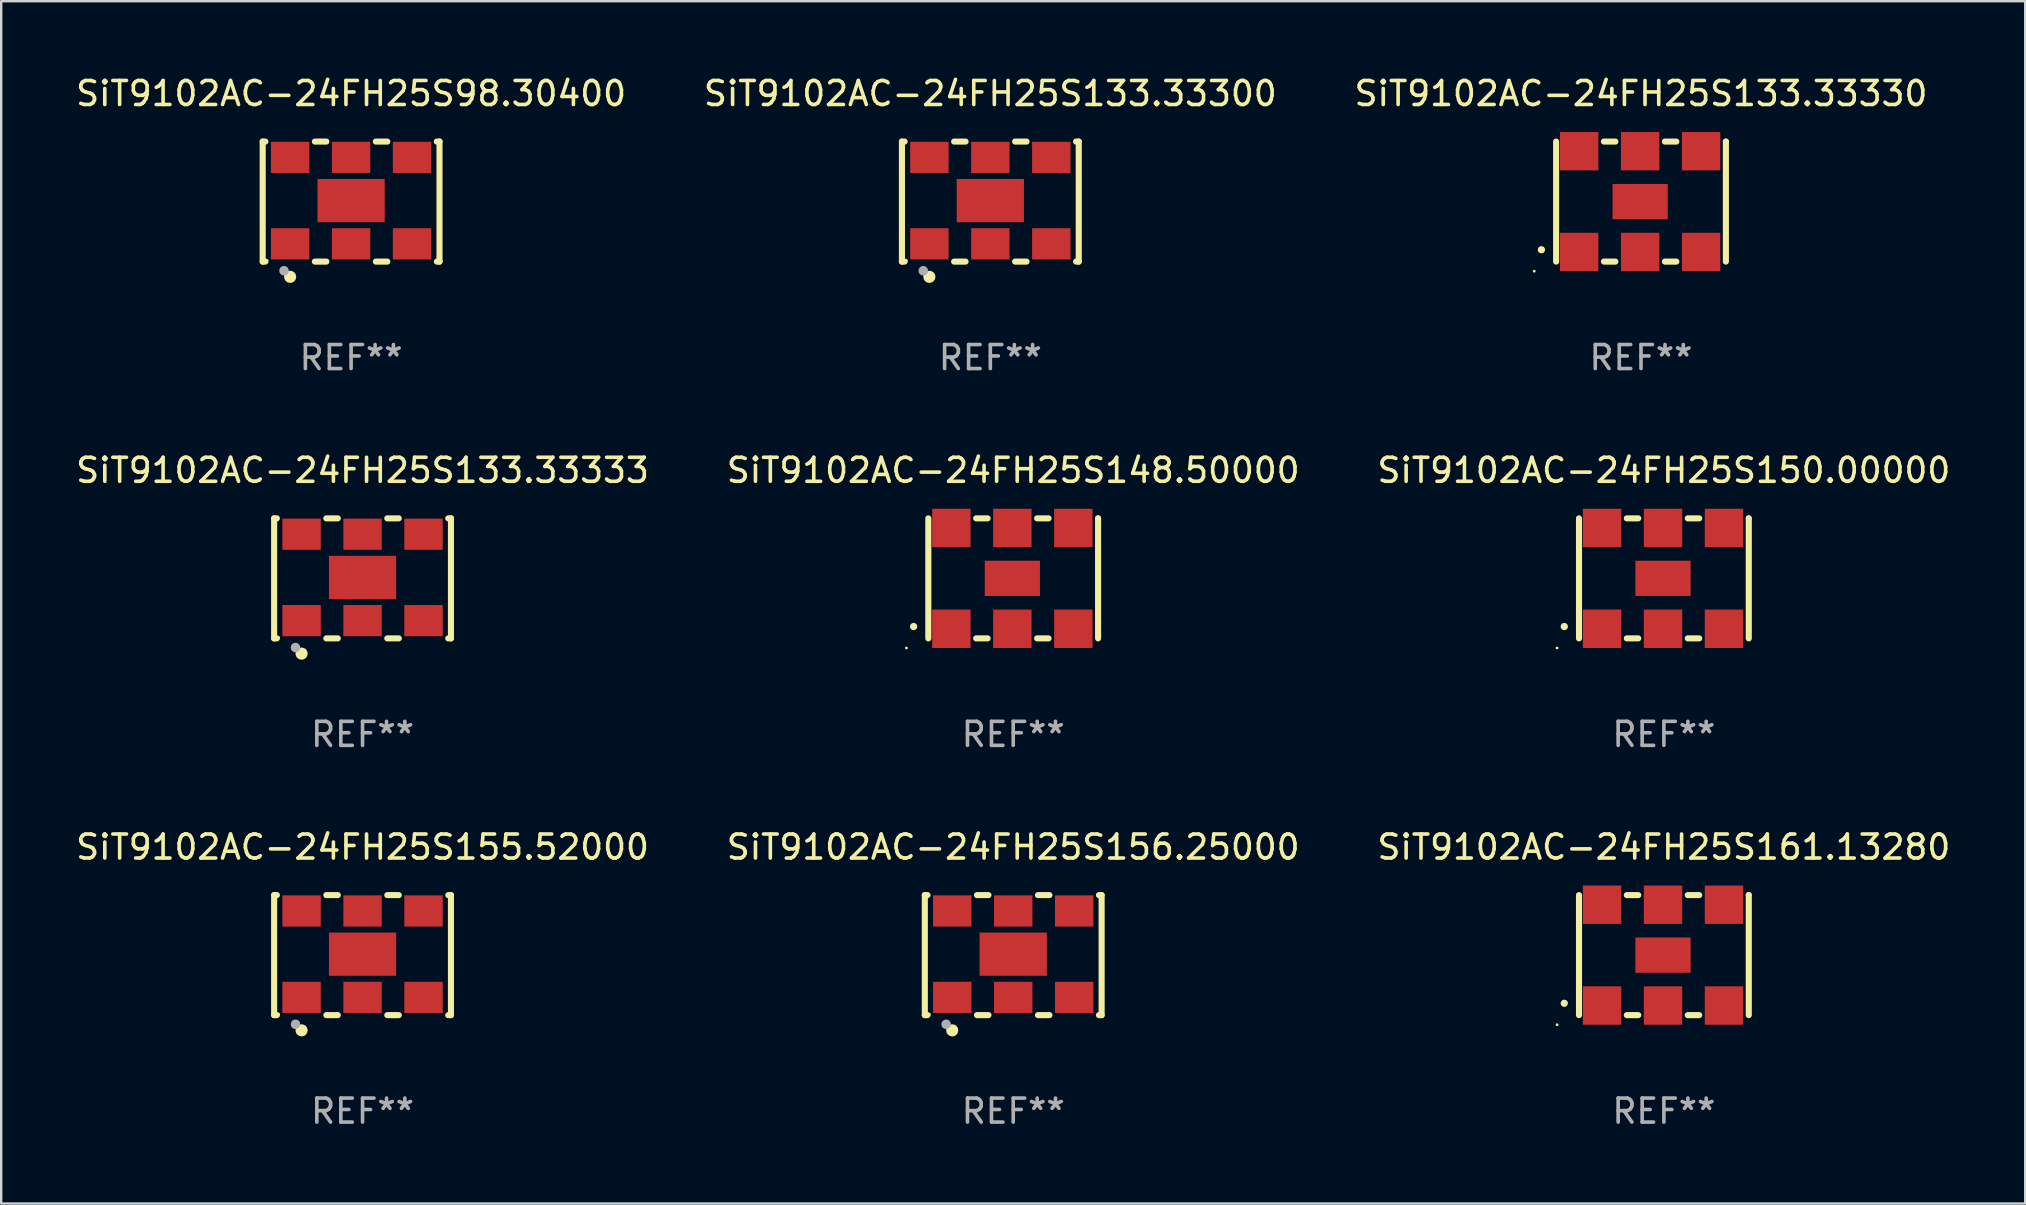
<source format=kicad_pcb>
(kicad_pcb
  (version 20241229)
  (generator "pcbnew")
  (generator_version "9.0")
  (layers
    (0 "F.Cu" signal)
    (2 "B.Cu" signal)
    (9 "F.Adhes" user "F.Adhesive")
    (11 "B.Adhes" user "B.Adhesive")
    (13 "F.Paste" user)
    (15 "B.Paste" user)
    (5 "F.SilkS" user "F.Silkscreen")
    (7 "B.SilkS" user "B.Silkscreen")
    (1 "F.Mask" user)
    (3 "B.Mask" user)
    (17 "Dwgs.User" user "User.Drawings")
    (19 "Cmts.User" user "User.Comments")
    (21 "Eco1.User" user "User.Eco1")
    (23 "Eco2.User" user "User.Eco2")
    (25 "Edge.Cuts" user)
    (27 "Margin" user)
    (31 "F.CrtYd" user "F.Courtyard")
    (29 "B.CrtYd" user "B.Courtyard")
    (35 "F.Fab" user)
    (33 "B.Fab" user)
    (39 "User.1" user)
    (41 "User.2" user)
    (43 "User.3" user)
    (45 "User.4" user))
  (footprint "SiT9102AC-24FH25S133.33333"
    (layer "F.Cu")
    (at 12.054 21.045)
    (property "Reference" "SiT9102AC-24FH25S133.33333" (at 0 -4.5 0) (layer "F.SilkS") (effects (font (size 1 1) (thickness 0.15))))
    (attr through_hole)
    (fp_line (start -3.683 -2.5) (end -3.571 -2.5) (stroke (width 0.254) (type solid)) (layer "F.SilkS"))
    (fp_line (start -3.683 2.5) (end -3.683 -2.5) (stroke (width 0.254) (type solid)) (layer "F.SilkS"))
    (fp_line (start -3.683 2.5) (end -3.571 2.5) (stroke (width 0.254) (type solid)) (layer "F.SilkS"))
    (fp_line (start -1.509 -2.5) (end -1.031 -2.5) (stroke (width 0.254) (type solid)) (layer "F.SilkS"))
    (fp_line (start -1.509 2.5) (end -1.031 2.5) (stroke (width 0.254) (type solid)) (layer "F.SilkS"))
    (fp_line (start 1.031 -2.5) (end 1.509 -2.5) (stroke (width 0.254) (type solid)) (layer "F.SilkS"))
    (fp_line (start 1.031 2.5) (end 1.509 2.5) (stroke (width 0.254) (type solid)) (layer "F.SilkS"))
    (fp_line (start 3.571 -2.5) (end 3.683 -2.5) (stroke (width 0.254) (type solid)) (layer "F.SilkS"))
    (fp_line (start 3.571 2.5) (end 3.683 2.5) (stroke (width 0.254) (type solid)) (layer "F.SilkS"))
    (fp_line (start 3.683 2.5) (end 3.683 -2.5) (stroke (width 0.254) (type solid)) (layer "F.SilkS"))
    (fp_circle (center -3.5 2.46) (end -3.47 2.46) (stroke (width 0.06) (type solid)) (fill no) (layer "F.SilkS"))
    (fp_circle (center -2.54 3.135) (end -2.413 3.135) (stroke (width 0.254) (type solid)) (fill no) (layer "F.SilkS"))
    (fp_circle (center -2.794 2.881) (end -2.694 2.881) (stroke (width 0.2) (type solid)) (fill no) (layer "F.Fab"))
    (fp_text user "REF**" (at 0 6.5 0) (layer "F.Fab") (effects (font (size 1 1) (thickness 0.15))))
    (pad "1" smd rect (at -2.54 1.76) (size 1.6 1.3) (layers "F.Cu" "F.Mask" "F.Paste"))
    (pad "2" smd rect (at 0 1.76) (size 1.6 1.3) (layers "F.Cu" "F.Mask" "F.Paste"))
    (pad "3" smd rect (at 2.54 1.76) (size 1.6 1.3) (layers "F.Cu" "F.Mask" "F.Paste"))
    (pad "4" smd rect (at 2.54 -1.84) (size 1.6 1.3) (layers "F.Cu" "F.Mask" "F.Paste"))
    (pad "5" smd rect (at 0 -1.84) (size 1.6 1.3) (layers "F.Cu" "F.Mask" "F.Paste"))
    (pad "6" smd rect (at -2.54 -1.84) (size 1.6 1.3) (layers "F.Cu" "F.Mask" "F.Paste"))
    (pad "7" smd rect (at 0 -0.04) (size 2.8 1.8) (layers "F.Cu" "F.Mask" "F.Paste")))
  (footprint "SiT9102AC-24FH25S133.33330"
    (layer "F.Cu")
    (at 65.315 5.348)
    (property "Reference" "SiT9102AC-24FH25S133.33330" (at 0 -4.5 0) (layer "F.SilkS") (effects (font (size 1 1) (thickness 0.15))))
    (attr through_hole)
    (fp_line (start -3.536 -2.5) (end -3.536 2.5) (stroke (width 0.254) (type solid)) (layer "F.SilkS"))
    (fp_line (start -1.544 2.5) (end -1.067 2.5) (stroke (width 0.254) (type solid)) (layer "F.SilkS"))
    (fp_line (start -1.067 -2.5) (end -1.544 -2.5) (stroke (width 0.254) (type solid)) (layer "F.SilkS"))
    (fp_line (start 0.996 2.5) (end 1.473 2.5) (stroke (width 0.254) (type solid)) (layer "F.SilkS"))
    (fp_line (start 1.473 -2.5) (end 0.996 -2.5) (stroke (width 0.254) (type solid)) (layer "F.SilkS"))
    (fp_line (start 3.536 -2.5) (end 3.536 -2.5) (stroke (width 0.254) (type solid)) (layer "F.SilkS"))
    (fp_line (start 3.536 2.5) (end 3.536 -2.5) (stroke (width 0.254) (type solid)) (layer "F.SilkS"))
    (fp_arc (start -4.150432 2.006604) (mid -4.149162 2.006599) (end -4.147892 2.006604) (stroke (width 0.3) (type solid)) (layer "F.SilkS"))
    (fp_circle (center -4.449 2.9) (end -4.419 2.9) (stroke (width 0.06) (type solid)) (fill no) (layer "F.SilkS"))
    (fp_text user "REF**" (at 0 6.5 0) (layer "F.Fab") (effects (font (size 1 1) (thickness 0.15))))
    (pad "1" smd rect (at -2.576 2.1) (size 1.6 1.6) (layers "F.Cu" "F.Mask" "F.Paste"))
    (pad "2" smd rect (at -0.036 2.1) (size 1.6 1.6) (layers "F.Cu" "F.Mask" "F.Paste"))
    (pad "3" smd rect (at 2.504 2.1) (size 1.6 1.6) (layers "F.Cu" "F.Mask" "F.Paste"))
    (pad "4" smd rect (at 2.504 -2.1) (size 1.6 1.6) (layers "F.Cu" "F.Mask" "F.Paste"))
    (pad "5" smd rect (at -0.036 -2.1) (size 1.6 1.6) (layers "F.Cu" "F.Mask" "F.Paste"))
    (pad "6" smd rect (at -2.576 -2.1) (size 1.6 1.6) (layers "F.Cu" "F.Mask" "F.Paste"))
    (pad "7" smd rect (at -0.036 0) (size 2.3 1.47) (layers "F.Cu" "F.Mask" "F.Paste")))
  (footprint "SiT9102AC-24FH25S156.25000"
    (layer "F.Cu")
    (at 39.161 36.741)
    (property "Reference" "SiT9102AC-24FH25S156.25000" (at 0 -4.5 0) (layer "F.SilkS") (effects (font (size 1 1) (thickness 0.15))))
    (attr through_hole)
    (fp_line (start -3.683 -2.5) (end -3.571 -2.5) (stroke (width 0.254) (type solid)) (layer "F.SilkS"))
    (fp_line (start -3.683 2.5) (end -3.683 -2.5) (stroke (width 0.254) (type solid)) (layer "F.SilkS"))
    (fp_line (start -3.683 2.5) (end -3.571 2.5) (stroke (width 0.254) (type solid)) (layer "F.SilkS"))
    (fp_line (start -1.509 -2.5) (end -1.031 -2.5) (stroke (width 0.254) (type solid)) (layer "F.SilkS"))
    (fp_line (start -1.509 2.5) (end -1.031 2.5) (stroke (width 0.254) (type solid)) (layer "F.SilkS"))
    (fp_line (start 1.031 -2.5) (end 1.509 -2.5) (stroke (width 0.254) (type solid)) (layer "F.SilkS"))
    (fp_line (start 1.031 2.5) (end 1.509 2.5) (stroke (width 0.254) (type solid)) (layer "F.SilkS"))
    (fp_line (start 3.571 -2.5) (end 3.683 -2.5) (stroke (width 0.254) (type solid)) (layer "F.SilkS"))
    (fp_line (start 3.571 2.5) (end 3.683 2.5) (stroke (width 0.254) (type solid)) (layer "F.SilkS"))
    (fp_line (start 3.683 2.5) (end 3.683 -2.5) (stroke (width 0.254) (type solid)) (layer "F.SilkS"))
    (fp_circle (center -3.5 2.46) (end -3.47 2.46) (stroke (width 0.06) (type solid)) (fill no) (layer "F.SilkS"))
    (fp_circle (center -2.54 3.135) (end -2.413 3.135) (stroke (width 0.254) (type solid)) (fill no) (layer "F.SilkS"))
    (fp_circle (center -2.794 2.881) (end -2.694 2.881) (stroke (width 0.2) (type solid)) (fill no) (layer "F.Fab"))
    (fp_text user "REF**" (at 0 6.5 0) (layer "F.Fab") (effects (font (size 1 1) (thickness 0.15))))
    (pad "1" smd rect (at -2.54 1.76) (size 1.6 1.3) (layers "F.Cu" "F.Mask" "F.Paste"))
    (pad "2" smd rect (at 0 1.76) (size 1.6 1.3) (layers "F.Cu" "F.Mask" "F.Paste"))
    (pad "3" smd rect (at 2.54 1.76) (size 1.6 1.3) (layers "F.Cu" "F.Mask" "F.Paste"))
    (pad "4" smd rect (at 2.54 -1.84) (size 1.6 1.3) (layers "F.Cu" "F.Mask" "F.Paste"))
    (pad "5" smd rect (at 0 -1.84) (size 1.6 1.3) (layers "F.Cu" "F.Mask" "F.Paste"))
    (pad "6" smd rect (at -2.54 -1.84) (size 1.6 1.3) (layers "F.Cu" "F.Mask" "F.Paste"))
    (pad "7" smd rect (at 0 -0.04) (size 2.8 1.8) (layers "F.Cu" "F.Mask" "F.Paste")))
  (footprint "SiT9102AC-24FH25S161.13280"
    (layer "F.Cu")
    (at 66.268 36.741)
    (property "Reference" "SiT9102AC-24FH25S161.13280" (at 0 -4.5 0) (layer "F.SilkS") (effects (font (size 1 1) (thickness 0.15))))
    (attr through_hole)
    (fp_line (start -3.536 -2.5) (end -3.536 2.5) (stroke (width 0.254) (type solid)) (layer "F.SilkS"))
    (fp_line (start -1.544 2.5) (end -1.067 2.5) (stroke (width 0.254) (type solid)) (layer "F.SilkS"))
    (fp_line (start -1.067 -2.5) (end -1.544 -2.5) (stroke (width 0.254) (type solid)) (layer "F.SilkS"))
    (fp_line (start 0.996 2.5) (end 1.473 2.5) (stroke (width 0.254) (type solid)) (layer "F.SilkS"))
    (fp_line (start 1.473 -2.5) (end 0.996 -2.5) (stroke (width 0.254) (type solid)) (layer "F.SilkS"))
    (fp_line (start 3.536 -2.5) (end 3.536 -2.5) (stroke (width 0.254) (type solid)) (layer "F.SilkS"))
    (fp_line (start 3.536 2.5) (end 3.536 -2.5) (stroke (width 0.254) (type solid)) (layer "F.SilkS"))
    (fp_arc (start -4.150432 2.006604) (mid -4.149162 2.006599) (end -4.147892 2.006604) (stroke (width 0.3) (type solid)) (layer "F.SilkS"))
    (fp_circle (center -4.449 2.9) (end -4.419 2.9) (stroke (width 0.06) (type solid)) (fill no) (layer "F.SilkS"))
    (fp_text user "REF**" (at 0 6.5 0) (layer "F.Fab") (effects (font (size 1 1) (thickness 0.15))))
    (pad "1" smd rect (at -2.576 2.1) (size 1.6 1.6) (layers "F.Cu" "F.Mask" "F.Paste"))
    (pad "2" smd rect (at -0.036 2.1) (size 1.6 1.6) (layers "F.Cu" "F.Mask" "F.Paste"))
    (pad "3" smd rect (at 2.504 2.1) (size 1.6 1.6) (layers "F.Cu" "F.Mask" "F.Paste"))
    (pad "4" smd rect (at 2.504 -2.1) (size 1.6 1.6) (layers "F.Cu" "F.Mask" "F.Paste"))
    (pad "5" smd rect (at -0.036 -2.1) (size 1.6 1.6) (layers "F.Cu" "F.Mask" "F.Paste"))
    (pad "6" smd rect (at -2.576 -2.1) (size 1.6 1.6) (layers "F.Cu" "F.Mask" "F.Paste"))
    (pad "7" smd rect (at -0.036 0) (size 2.3 1.47) (layers "F.Cu" "F.Mask" "F.Paste")))
  (footprint "SiT9102AC-24FH25S133.33300"
    (layer "F.Cu")
    (at 38.208 5.348)
    (property "Reference" "SiT9102AC-24FH25S133.33300" (at 0 -4.5 0) (layer "F.SilkS") (effects (font (size 1 1) (thickness 0.15))))
    (attr through_hole)
    (fp_line (start -3.683 -2.5) (end -3.571 -2.5) (stroke (width 0.254) (type solid)) (layer "F.SilkS"))
    (fp_line (start -3.683 2.5) (end -3.683 -2.5) (stroke (width 0.254) (type solid)) (layer "F.SilkS"))
    (fp_line (start -3.683 2.5) (end -3.571 2.5) (stroke (width 0.254) (type solid)) (layer "F.SilkS"))
    (fp_line (start -1.509 -2.5) (end -1.031 -2.5) (stroke (width 0.254) (type solid)) (layer "F.SilkS"))
    (fp_line (start -1.509 2.5) (end -1.031 2.5) (stroke (width 0.254) (type solid)) (layer "F.SilkS"))
    (fp_line (start 1.031 -2.5) (end 1.509 -2.5) (stroke (width 0.254) (type solid)) (layer "F.SilkS"))
    (fp_line (start 1.031 2.5) (end 1.509 2.5) (stroke (width 0.254) (type solid)) (layer "F.SilkS"))
    (fp_line (start 3.571 -2.5) (end 3.683 -2.5) (stroke (width 0.254) (type solid)) (layer "F.SilkS"))
    (fp_line (start 3.571 2.5) (end 3.683 2.5) (stroke (width 0.254) (type solid)) (layer "F.SilkS"))
    (fp_line (start 3.683 2.5) (end 3.683 -2.5) (stroke (width 0.254) (type solid)) (layer "F.SilkS"))
    (fp_circle (center -3.5 2.46) (end -3.47 2.46) (stroke (width 0.06) (type solid)) (fill no) (layer "F.SilkS"))
    (fp_circle (center -2.54 3.135) (end -2.413 3.135) (stroke (width 0.254) (type solid)) (fill no) (layer "F.SilkS"))
    (fp_circle (center -2.794 2.881) (end -2.694 2.881) (stroke (width 0.2) (type solid)) (fill no) (layer "F.Fab"))
    (fp_text user "REF**" (at 0 6.5 0) (layer "F.Fab") (effects (font (size 1 1) (thickness 0.15))))
    (pad "1" smd rect (at -2.54 1.76) (size 1.6 1.3) (layers "F.Cu" "F.Mask" "F.Paste"))
    (pad "2" smd rect (at 0 1.76) (size 1.6 1.3) (layers "F.Cu" "F.Mask" "F.Paste"))
    (pad "3" smd rect (at 2.54 1.76) (size 1.6 1.3) (layers "F.Cu" "F.Mask" "F.Paste"))
    (pad "4" smd rect (at 2.54 -1.84) (size 1.6 1.3) (layers "F.Cu" "F.Mask" "F.Paste"))
    (pad "5" smd rect (at 0 -1.84) (size 1.6 1.3) (layers "F.Cu" "F.Mask" "F.Paste"))
    (pad "6" smd rect (at -2.54 -1.84) (size 1.6 1.3) (layers "F.Cu" "F.Mask" "F.Paste"))
    (pad "7" smd rect (at 0 -0.04) (size 2.8 1.8) (layers "F.Cu" "F.Mask" "F.Paste")))
  (footprint "SiT9102AC-24FH25S155.52000"
    (layer "F.Cu")
    (at 12.054 36.741)
    (property "Reference" "SiT9102AC-24FH25S155.52000" (at 0 -4.5 0) (layer "F.SilkS") (effects (font (size 1 1) (thickness 0.15))))
    (attr through_hole)
    (fp_line (start -3.683 -2.5) (end -3.571 -2.5) (stroke (width 0.254) (type solid)) (layer "F.SilkS"))
    (fp_line (start -3.683 2.5) (end -3.683 -2.5) (stroke (width 0.254) (type solid)) (layer "F.SilkS"))
    (fp_line (start -3.683 2.5) (end -3.571 2.5) (stroke (width 0.254) (type solid)) (layer "F.SilkS"))
    (fp_line (start -1.509 -2.5) (end -1.031 -2.5) (stroke (width 0.254) (type solid)) (layer "F.SilkS"))
    (fp_line (start -1.509 2.5) (end -1.031 2.5) (stroke (width 0.254) (type solid)) (layer "F.SilkS"))
    (fp_line (start 1.031 -2.5) (end 1.509 -2.5) (stroke (width 0.254) (type solid)) (layer "F.SilkS"))
    (fp_line (start 1.031 2.5) (end 1.509 2.5) (stroke (width 0.254) (type solid)) (layer "F.SilkS"))
    (fp_line (start 3.571 -2.5) (end 3.683 -2.5) (stroke (width 0.254) (type solid)) (layer "F.SilkS"))
    (fp_line (start 3.571 2.5) (end 3.683 2.5) (stroke (width 0.254) (type solid)) (layer "F.SilkS"))
    (fp_line (start 3.683 2.5) (end 3.683 -2.5) (stroke (width 0.254) (type solid)) (layer "F.SilkS"))
    (fp_circle (center -3.5 2.46) (end -3.47 2.46) (stroke (width 0.06) (type solid)) (fill no) (layer "F.SilkS"))
    (fp_circle (center -2.54 3.135) (end -2.413 3.135) (stroke (width 0.254) (type solid)) (fill no) (layer "F.SilkS"))
    (fp_circle (center -2.794 2.881) (end -2.694 2.881) (stroke (width 0.2) (type solid)) (fill no) (layer "F.Fab"))
    (fp_text user "REF**" (at 0 6.5 0) (layer "F.Fab") (effects (font (size 1 1) (thickness 0.15))))
    (pad "1" smd rect (at -2.54 1.76) (size 1.6 1.3) (layers "F.Cu" "F.Mask" "F.Paste"))
    (pad "2" smd rect (at 0 1.76) (size 1.6 1.3) (layers "F.Cu" "F.Mask" "F.Paste"))
    (pad "3" smd rect (at 2.54 1.76) (size 1.6 1.3) (layers "F.Cu" "F.Mask" "F.Paste"))
    (pad "4" smd rect (at 2.54 -1.84) (size 1.6 1.3) (layers "F.Cu" "F.Mask" "F.Paste"))
    (pad "5" smd rect (at 0 -1.84) (size 1.6 1.3) (layers "F.Cu" "F.Mask" "F.Paste"))
    (pad "6" smd rect (at -2.54 -1.84) (size 1.6 1.3) (layers "F.Cu" "F.Mask" "F.Paste"))
    (pad "7" smd rect (at 0 -0.04) (size 2.8 1.8) (layers "F.Cu" "F.Mask" "F.Paste")))
  (footprint "SiT9102AC-24FH25S150.00000"
    (layer "F.Cu")
    (at 66.268 21.045)
    (property "Reference" "SiT9102AC-24FH25S150.00000" (at 0 -4.5 0) (layer "F.SilkS") (effects (font (size 1 1) (thickness 0.15))))
    (attr through_hole)
    (fp_line (start -3.536 -2.5) (end -3.536 2.5) (stroke (width 0.254) (type solid)) (layer "F.SilkS"))
    (fp_line (start -1.544 2.5) (end -1.067 2.5) (stroke (width 0.254) (type solid)) (layer "F.SilkS"))
    (fp_line (start -1.067 -2.5) (end -1.544 -2.5) (stroke (width 0.254) (type solid)) (layer "F.SilkS"))
    (fp_line (start 0.996 2.5) (end 1.473 2.5) (stroke (width 0.254) (type solid)) (layer "F.SilkS"))
    (fp_line (start 1.473 -2.5) (end 0.996 -2.5) (stroke (width 0.254) (type solid)) (layer "F.SilkS"))
    (fp_line (start 3.536 -2.5) (end 3.536 -2.5) (stroke (width 0.254) (type solid)) (layer "F.SilkS"))
    (fp_line (start 3.536 2.5) (end 3.536 -2.5) (stroke (width 0.254) (type solid)) (layer "F.SilkS"))
    (fp_arc (start -4.150432 2.006604) (mid -4.149162 2.006599) (end -4.147892 2.006604) (stroke (width 0.3) (type solid)) (layer "F.SilkS"))
    (fp_circle (center -4.449 2.9) (end -4.419 2.9) (stroke (width 0.06) (type solid)) (fill no) (layer "F.SilkS"))
    (fp_text user "REF**" (at 0 6.5 0) (layer "F.Fab") (effects (font (size 1 1) (thickness 0.15))))
    (pad "1" smd rect (at -2.576 2.1) (size 1.6 1.6) (layers "F.Cu" "F.Mask" "F.Paste"))
    (pad "2" smd rect (at -0.036 2.1) (size 1.6 1.6) (layers "F.Cu" "F.Mask" "F.Paste"))
    (pad "3" smd rect (at 2.504 2.1) (size 1.6 1.6) (layers "F.Cu" "F.Mask" "F.Paste"))
    (pad "4" smd rect (at 2.504 -2.1) (size 1.6 1.6) (layers "F.Cu" "F.Mask" "F.Paste"))
    (pad "5" smd rect (at -0.036 -2.1) (size 1.6 1.6) (layers "F.Cu" "F.Mask" "F.Paste"))
    (pad "6" smd rect (at -2.576 -2.1) (size 1.6 1.6) (layers "F.Cu" "F.Mask" "F.Paste"))
    (pad "7" smd rect (at -0.036 0) (size 2.3 1.47) (layers "F.Cu" "F.Mask" "F.Paste")))
  (footprint "SiT9102AC-24FH25S148.50000"
    (layer "F.Cu")
    (at 39.161 21.045)
    (property "Reference" "SiT9102AC-24FH25S148.50000" (at 0 -4.5 0) (layer "F.SilkS") (effects (font (size 1 1) (thickness 0.15))))
    (attr through_hole)
    (fp_line (start -3.536 -2.5) (end -3.536 2.5) (stroke (width 0.254) (type solid)) (layer "F.SilkS"))
    (fp_line (start -1.544 2.5) (end -1.067 2.5) (stroke (width 0.254) (type solid)) (layer "F.SilkS"))
    (fp_line (start -1.067 -2.5) (end -1.544 -2.5) (stroke (width 0.254) (type solid)) (layer "F.SilkS"))
    (fp_line (start 0.996 2.5) (end 1.473 2.5) (stroke (width 0.254) (type solid)) (layer "F.SilkS"))
    (fp_line (start 1.473 -2.5) (end 0.996 -2.5) (stroke (width 0.254) (type solid)) (layer "F.SilkS"))
    (fp_line (start 3.536 -2.5) (end 3.536 -2.5) (stroke (width 0.254) (type solid)) (layer "F.SilkS"))
    (fp_line (start 3.536 2.5) (end 3.536 -2.5) (stroke (width 0.254) (type solid)) (layer "F.SilkS"))
    (fp_arc (start -4.150432 2.006604) (mid -4.149162 2.006599) (end -4.147892 2.006604) (stroke (width 0.3) (type solid)) (layer "F.SilkS"))
    (fp_circle (center -4.449 2.9) (end -4.419 2.9) (stroke (width 0.06) (type solid)) (fill no) (layer "F.SilkS"))
    (fp_text user "REF**" (at 0 6.5 0) (layer "F.Fab") (effects (font (size 1 1) (thickness 0.15))))
    (pad "1" smd rect (at -2.576 2.1) (size 1.6 1.6) (layers "F.Cu" "F.Mask" "F.Paste"))
    (pad "2" smd rect (at -0.036 2.1) (size 1.6 1.6) (layers "F.Cu" "F.Mask" "F.Paste"))
    (pad "3" smd rect (at 2.504 2.1) (size 1.6 1.6) (layers "F.Cu" "F.Mask" "F.Paste"))
    (pad "4" smd rect (at 2.504 -2.1) (size 1.6 1.6) (layers "F.Cu" "F.Mask" "F.Paste"))
    (pad "5" smd rect (at -0.036 -2.1) (size 1.6 1.6) (layers "F.Cu" "F.Mask" "F.Paste"))
    (pad "6" smd rect (at -2.576 -2.1) (size 1.6 1.6) (layers "F.Cu" "F.Mask" "F.Paste"))
    (pad "7" smd rect (at -0.036 0) (size 2.3 1.47) (layers "F.Cu" "F.Mask" "F.Paste")))
  (footprint "SiT9102AC-24FH25S98.30400"
    (layer "F.Cu")
    (at 11.577 5.348)
    (property "Reference" "SiT9102AC-24FH25S98.30400" (at 0 -4.5 0) (layer "F.SilkS") (effects (font (size 1 1) (thickness 0.15))))
    (attr through_hole)
    (fp_line (start -3.683 -2.5) (end -3.571 -2.5) (stroke (width 0.254) (type solid)) (layer "F.SilkS"))
    (fp_line (start -3.683 2.5) (end -3.683 -2.5) (stroke (width 0.254) (type solid)) (layer "F.SilkS"))
    (fp_line (start -3.683 2.5) (end -3.571 2.5) (stroke (width 0.254) (type solid)) (layer "F.SilkS"))
    (fp_line (start -1.509 -2.5) (end -1.031 -2.5) (stroke (width 0.254) (type solid)) (layer "F.SilkS"))
    (fp_line (start -1.509 2.5) (end -1.031 2.5) (stroke (width 0.254) (type solid)) (layer "F.SilkS"))
    (fp_line (start 1.031 -2.5) (end 1.509 -2.5) (stroke (width 0.254) (type solid)) (layer "F.SilkS"))
    (fp_line (start 1.031 2.5) (end 1.509 2.5) (stroke (width 0.254) (type solid)) (layer "F.SilkS"))
    (fp_line (start 3.571 -2.5) (end 3.683 -2.5) (stroke (width 0.254) (type solid)) (layer "F.SilkS"))
    (fp_line (start 3.571 2.5) (end 3.683 2.5) (stroke (width 0.254) (type solid)) (layer "F.SilkS"))
    (fp_line (start 3.683 2.5) (end 3.683 -2.5) (stroke (width 0.254) (type solid)) (layer "F.SilkS"))
    (fp_circle (center -3.5 2.46) (end -3.47 2.46) (stroke (width 0.06) (type solid)) (fill no) (layer "F.SilkS"))
    (fp_circle (center -2.54 3.135) (end -2.413 3.135) (stroke (width 0.254) (type solid)) (fill no) (layer "F.SilkS"))
    (fp_circle (center -2.794 2.881) (end -2.694 2.881) (stroke (width 0.2) (type solid)) (fill no) (layer "F.Fab"))
    (fp_text user "REF**" (at 0 6.5 0) (layer "F.Fab") (effects (font (size 1 1) (thickness 0.15))))
    (pad "1" smd rect (at -2.54 1.76) (size 1.6 1.3) (layers "F.Cu" "F.Mask" "F.Paste"))
    (pad "2" smd rect (at 0 1.76) (size 1.6 1.3) (layers "F.Cu" "F.Mask" "F.Paste"))
    (pad "3" smd rect (at 2.54 1.76) (size 1.6 1.3) (layers "F.Cu" "F.Mask" "F.Paste"))
    (pad "4" smd rect (at 2.54 -1.84) (size 1.6 1.3) (layers "F.Cu" "F.Mask" "F.Paste"))
    (pad "5" smd rect (at 0 -1.84) (size 1.6 1.3) (layers "F.Cu" "F.Mask" "F.Paste"))
    (pad "6" smd rect (at -2.54 -1.84) (size 1.6 1.3) (layers "F.Cu" "F.Mask" "F.Paste"))
    (pad "7" smd rect (at 0 -0.04) (size 2.8 1.8) (layers "F.Cu" "F.Mask" "F.Paste")))
  (gr_rect
    (start -3 -3)
    (end 81.321 47.09)
    (stroke (width 0.1) (type default))
    (fill no)
    (layer "Edge.Cuts")))
</source>
